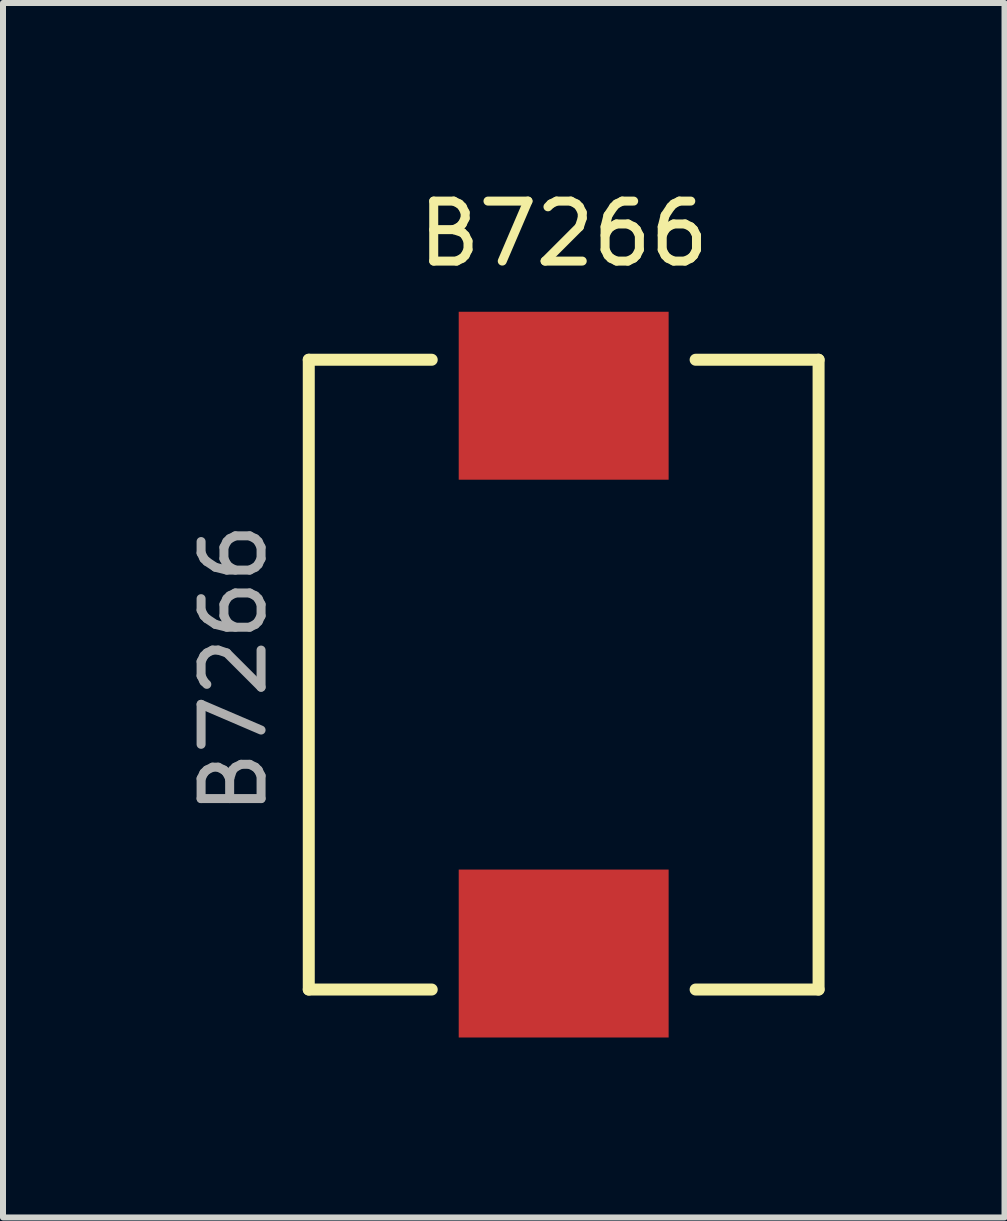
<source format=kicad_pcb>
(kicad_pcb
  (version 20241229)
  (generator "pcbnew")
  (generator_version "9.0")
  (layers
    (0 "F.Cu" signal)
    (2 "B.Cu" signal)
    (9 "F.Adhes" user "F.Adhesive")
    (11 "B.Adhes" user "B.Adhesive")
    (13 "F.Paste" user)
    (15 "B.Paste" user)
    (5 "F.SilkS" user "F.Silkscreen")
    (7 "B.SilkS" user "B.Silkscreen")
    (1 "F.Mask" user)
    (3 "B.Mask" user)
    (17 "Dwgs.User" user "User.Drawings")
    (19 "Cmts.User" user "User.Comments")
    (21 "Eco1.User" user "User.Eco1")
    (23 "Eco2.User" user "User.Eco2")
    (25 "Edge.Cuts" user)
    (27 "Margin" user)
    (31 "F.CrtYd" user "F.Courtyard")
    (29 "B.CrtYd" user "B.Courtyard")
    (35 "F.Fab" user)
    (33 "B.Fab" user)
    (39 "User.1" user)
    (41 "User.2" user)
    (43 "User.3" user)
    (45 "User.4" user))
  (footprint "B7266"
    (layer "F.Cu")
    (at 6.348 8.098)
    (property "Reference" "B7266" (at 0 -7.25 0) (unlocked yes) (layer "F.SilkS") (effects (font (size 1 1) (thickness 0.15))))
    (attr smd)
    (fp_line (start -4.25 -5.15) (end -2.2 -5.15) (stroke (width 0.2) (type solid)) (layer "F.SilkS"))
    (fp_line (start -4.25 5.35) (end -4.25 -5.15) (stroke (width 0.2) (type solid)) (layer "F.SilkS"))
    (fp_line (start -2.2 5.35) (end -4.25 5.35) (stroke (width 0.2) (type solid)) (layer "F.SilkS"))
    (fp_line (start 2.2 -5.15) (end 4.25 -5.15) (stroke (width 0.2) (type solid)) (layer "F.SilkS"))
    (fp_line (start 2.2 5.35) (end 4.25 5.35) (stroke (width 0.2) (type solid)) (layer "F.SilkS"))
    (fp_line (start 4.25 -5.15) (end 4.25 5.35) (stroke (width 0.2) (type solid)) (layer "F.SilkS"))
    (fp_text user "${REFERENCE}" (at -5.5 0 90) (unlocked yes) (layer "F.Fab") (effects (font (size 1 1) (thickness 0.15))))
    (pad "1" smd rect (at 0 4.75) (size 3.5 2.8) (layers "F.Cu" "F.Mask" "F.Paste"))
    (pad "2" smd rect (at 0 -4.55) (size 3.5 2.8) (layers "F.Cu" "F.Mask" "F.Paste")))
  (gr_rect
    (start -3 -3)
    (end 13.698 17.248)
    (stroke (width 0.1) (type default))
    (fill no)
    (layer "Edge.Cuts")))
</source>
